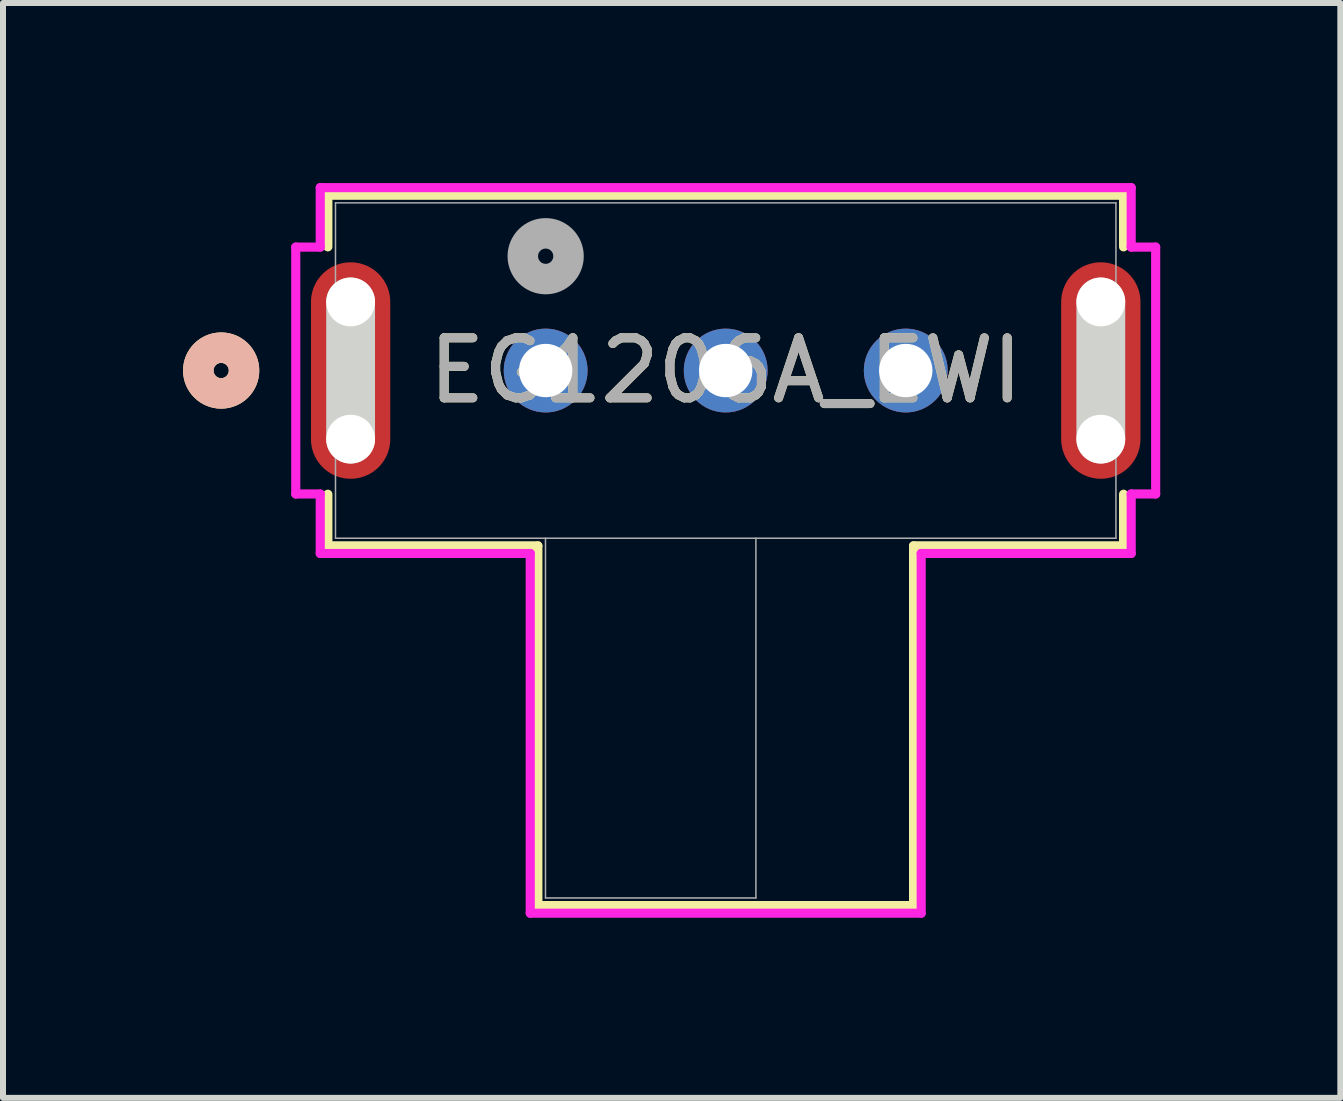
<source format=kicad_pcb>
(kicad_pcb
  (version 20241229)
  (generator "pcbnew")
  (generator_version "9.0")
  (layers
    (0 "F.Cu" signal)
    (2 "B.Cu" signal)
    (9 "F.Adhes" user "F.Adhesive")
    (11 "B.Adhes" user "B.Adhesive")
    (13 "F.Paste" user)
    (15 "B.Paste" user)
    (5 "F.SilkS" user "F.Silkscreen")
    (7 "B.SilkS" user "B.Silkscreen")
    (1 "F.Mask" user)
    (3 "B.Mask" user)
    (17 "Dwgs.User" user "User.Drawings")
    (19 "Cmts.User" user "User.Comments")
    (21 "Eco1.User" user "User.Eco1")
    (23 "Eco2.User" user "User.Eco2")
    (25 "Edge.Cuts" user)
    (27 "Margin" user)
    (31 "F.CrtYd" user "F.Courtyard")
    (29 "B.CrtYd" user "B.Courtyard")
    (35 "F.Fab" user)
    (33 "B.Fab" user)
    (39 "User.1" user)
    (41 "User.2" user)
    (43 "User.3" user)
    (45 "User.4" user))
  (footprint "EG1206A_EWI"
    (layer "F.Cu")
    (at 6.042 3.124)
    (property "Reference" "EG1206A_EWI" (at 3 0 0) (unlocked yes) (layer "F.SilkS") (effects (font (size 1 1) (thickness 0.15))))
    (attr through_hole)
    (fp_line (start -3.629 -2.921) (end -3.629 -2.061) (stroke (width 0.152) (type solid)) (layer "F.SilkS"))
    (fp_line (start -3.629 2.061) (end -3.629 2.921) (stroke (width 0.152) (type solid)) (layer "F.SilkS"))
    (fp_line (start -3.629 2.921) (end -0.13 2.921) (stroke (width 0.152) (type solid)) (layer "F.SilkS"))
    (fp_line (start -0.13 2.921) (end -0.13 8.915) (stroke (width 0.152) (type solid)) (layer "F.SilkS"))
    (fp_line (start -0.13 8.915) (end 6.13 8.915) (stroke (width 0.152) (type solid)) (layer "F.SilkS"))
    (fp_line (start 6.13 2.921) (end 9.629 2.921) (stroke (width 0.152) (type solid)) (layer "F.SilkS"))
    (fp_line (start 6.13 8.915) (end 6.13 2.921) (stroke (width 0.152) (type solid)) (layer "F.SilkS"))
    (fp_line (start 9.629 -2.921) (end -3.629 -2.921) (stroke (width 0.152) (type solid)) (layer "F.SilkS"))
    (fp_line (start 9.629 -2.061) (end 9.629 -2.921) (stroke (width 0.152) (type solid)) (layer "F.SilkS"))
    (fp_line (start 9.629 2.921) (end 9.629 2.061) (stroke (width 0.152) (type solid)) (layer "F.SilkS"))
    (fp_circle (center -5.407 0) (end -5.026 0) (stroke (width 0.508) (type solid)) (fill no) (layer "F.SilkS"))
    (fp_circle (center -5.407 0) (end -5.026 0) (stroke (width 0.508) (type solid)) (fill no) (layer "B.SilkS"))
    (fp_line (start -3.25 1.143) (end -3.25 -1.143) (stroke (width 0.813) (type solid)) (layer "Edge.Cuts"))
    (fp_line (start 9.25 1.143) (end 9.25 -1.143) (stroke (width 0.813) (type solid)) (layer "Edge.Cuts"))
    (fp_line (start -4.164 -2.057) (end -4.164 2.057) (stroke (width 0.152) (type solid)) (layer "F.CrtYd"))
    (fp_line (start -4.164 2.057) (end -3.756 2.057) (stroke (width 0.152) (type solid)) (layer "F.CrtYd"))
    (fp_line (start -3.756 -3.048) (end -3.756 -2.057) (stroke (width 0.152) (type solid)) (layer "F.CrtYd"))
    (fp_line (start -3.756 -2.057) (end -4.164 -2.057) (stroke (width 0.152) (type solid)) (layer "F.CrtYd"))
    (fp_line (start -3.756 2.057) (end -3.756 3.048) (stroke (width 0.152) (type solid)) (layer "F.CrtYd"))
    (fp_line (start -3.756 3.048) (end -0.257 3.048) (stroke (width 0.152) (type solid)) (layer "F.CrtYd"))
    (fp_line (start -0.257 3.048) (end -0.257 9.042) (stroke (width 0.152) (type solid)) (layer "F.CrtYd"))
    (fp_line (start -0.257 9.042) (end 6.257 9.042) (stroke (width 0.152) (type solid)) (layer "F.CrtYd"))
    (fp_line (start 6.257 3.048) (end 9.756 3.048) (stroke (width 0.152) (type solid)) (layer "F.CrtYd"))
    (fp_line (start 6.257 9.042) (end 6.257 3.048) (stroke (width 0.152) (type solid)) (layer "F.CrtYd"))
    (fp_line (start 9.756 -3.048) (end -3.756 -3.048) (stroke (width 0.152) (type solid)) (layer "F.CrtYd"))
    (fp_line (start 9.756 -2.057) (end 9.756 -3.048) (stroke (width 0.152) (type solid)) (layer "F.CrtYd"))
    (fp_line (start 9.756 2.057) (end 10.164 2.057) (stroke (width 0.152) (type solid)) (layer "F.CrtYd"))
    (fp_line (start 9.756 3.048) (end 9.756 2.057) (stroke (width 0.152) (type solid)) (layer "F.CrtYd"))
    (fp_line (start 10.164 -2.057) (end 9.756 -2.057) (stroke (width 0.152) (type solid)) (layer "F.CrtYd"))
    (fp_line (start 10.164 2.057) (end 10.164 -2.057) (stroke (width 0.152) (type solid)) (layer "F.CrtYd"))
    (fp_line (start -3.502 -2.794) (end -3.502 2.794) (stroke (width 0.025) (type solid)) (layer "F.Fab"))
    (fp_line (start -3.502 2.794) (end 9.502 2.794) (stroke (width 0.025) (type solid)) (layer "F.Fab"))
    (fp_line (start -0.003 2.794) (end -0.003 8.788) (stroke (width 0.025) (type solid)) (layer "F.Fab"))
    (fp_line (start -0.003 8.788) (end 3.503 8.788) (stroke (width 0.025) (type solid)) (layer "F.Fab"))
    (fp_line (start 3.503 8.788) (end 3.503 2.794) (stroke (width 0.025) (type solid)) (layer "F.Fab"))
    (fp_line (start 9.502 -2.794) (end -3.502 -2.794) (stroke (width 0.025) (type solid)) (layer "F.Fab"))
    (fp_line (start 9.502 2.794) (end 9.502 -2.794) (stroke (width 0.025) (type solid)) (layer "F.Fab"))
    (fp_circle (center 0 -1.905) (end 0.381 -1.905) (stroke (width 0.508) (type solid)) (fill no) (layer "F.Fab"))
    (fp_text user "${REFERENCE}" (at 3 0 0) (unlocked yes) (layer "F.Fab") (effects (font (size 1 1) (thickness 0.15))))
    (pad "" np_thru_hole circle (at -3.25 -1.143) (size 0.813 0.813) (drill 0.813) (layers "*.Cu" "*.Mask"))
    (pad "" np_thru_hole circle (at -3.25 1.143) (size 0.813 0.813) (drill 0.813) (layers "*.Cu" "*.Mask"))
    (pad "" np_thru_hole circle (at 9.25 -1.143) (size 0.813 0.813) (drill 0.813) (layers "*.Cu" "*.Mask"))
    (pad "" np_thru_hole circle (at 9.25 1.143) (size 0.813 0.813) (drill 0.813) (layers "*.Cu" "*.Mask"))
    (pad "1" thru_hole circle (at 0 0) (size 1.397 1.397) (drill 0.889) (layers "*.Cu" "*.Mask"))
    (pad "2" thru_hole circle (at 3 0) (size 1.397 1.397) (drill 0.889) (layers "*.Cu" "*.Mask"))
    (pad "3" thru_hole circle (at 6 0) (size 1.397 1.397) (drill 0.889) (layers "*.Cu" "*.Mask"))
    (pad "4" smd oval (at -3.25 0) (size 1.321 3.607) (layers "F.Cu" "F.Mask" "F.Paste"))
    (pad "5" smd oval (at 9.25 0) (size 1.321 3.607) (layers "F.Cu" "F.Mask" "F.Paste")))
  (gr_rect
    (start -3 -3)
    (end 19.283 15.243)
    (stroke (width 0.1) (type default))
    (fill no)
    (layer "Edge.Cuts")))
</source>
